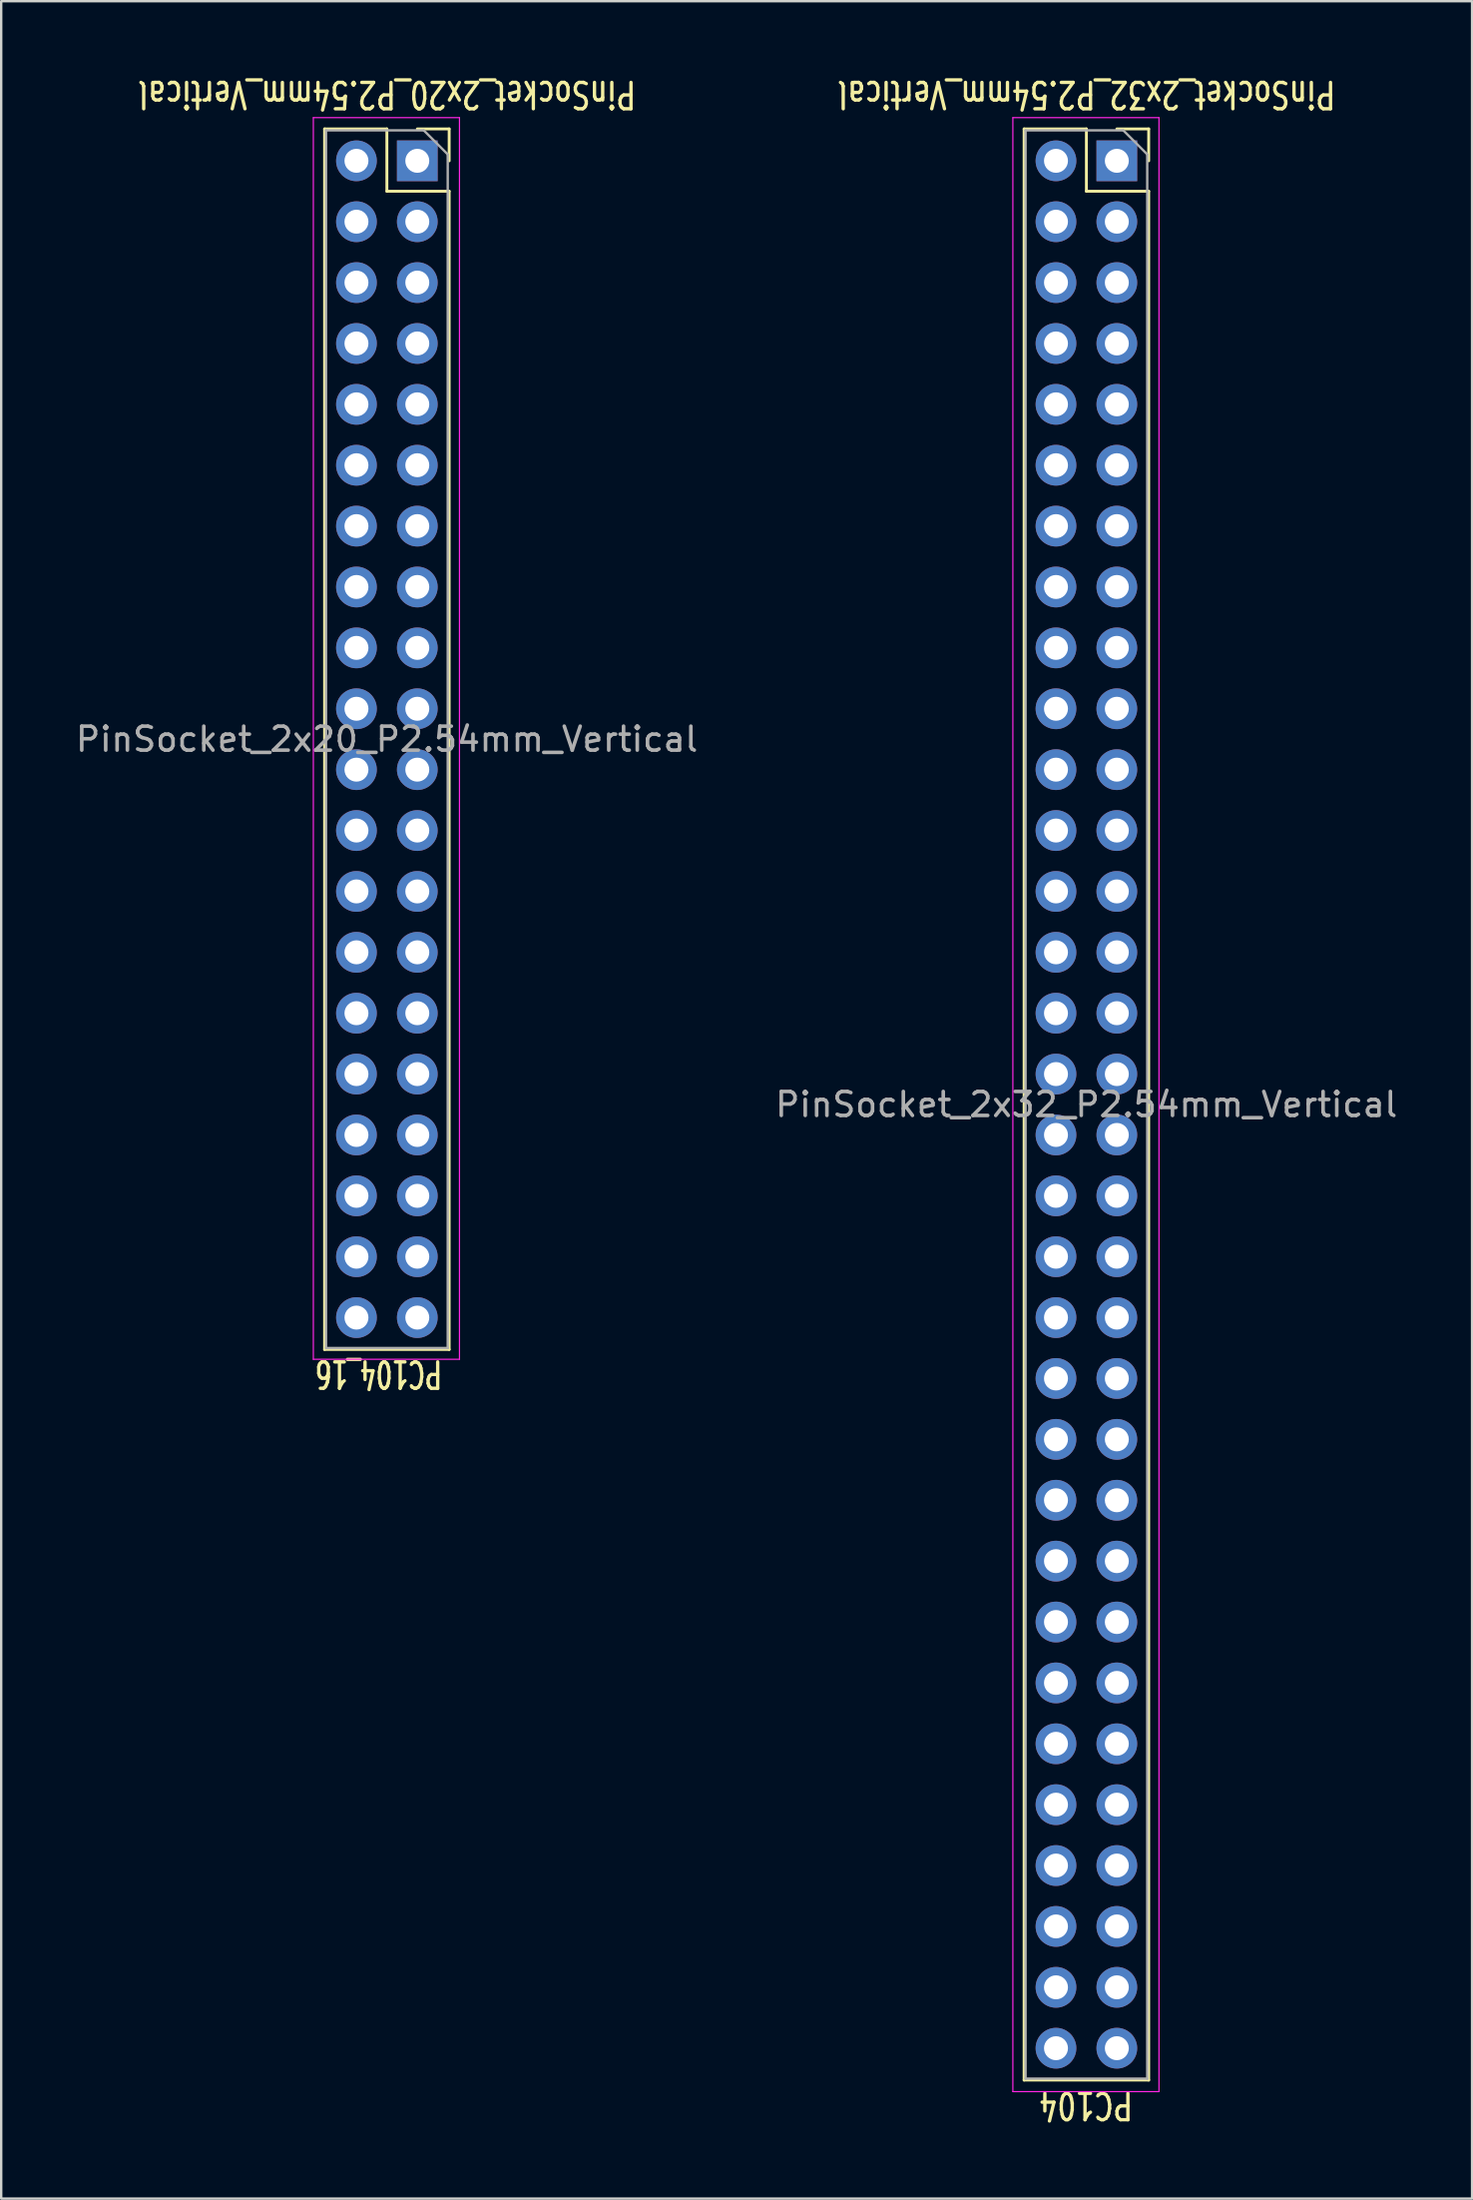
<source format=kicad_pcb>
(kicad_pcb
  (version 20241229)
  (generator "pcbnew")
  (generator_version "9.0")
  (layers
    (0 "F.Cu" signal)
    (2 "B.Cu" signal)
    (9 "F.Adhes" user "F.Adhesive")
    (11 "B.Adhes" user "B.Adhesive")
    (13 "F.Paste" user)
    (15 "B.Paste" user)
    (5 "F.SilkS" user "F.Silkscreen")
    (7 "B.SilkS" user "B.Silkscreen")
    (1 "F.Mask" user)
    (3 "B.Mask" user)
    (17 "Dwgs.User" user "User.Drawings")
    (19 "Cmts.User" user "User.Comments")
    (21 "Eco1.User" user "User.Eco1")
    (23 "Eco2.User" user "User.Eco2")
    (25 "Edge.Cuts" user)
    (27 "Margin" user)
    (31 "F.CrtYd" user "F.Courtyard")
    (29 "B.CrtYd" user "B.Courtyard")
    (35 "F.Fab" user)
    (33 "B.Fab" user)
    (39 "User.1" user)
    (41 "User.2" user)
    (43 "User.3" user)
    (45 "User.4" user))
  (footprint "PinSocket_2x20_P2.54mm_Vertical"
    (layer "F.Cu")
    (at 14.371 3.659)
    (property "Reference" "PinSocket_2x20_P2.54mm_Vertical" (at -1.27 -2.77 180) (unlocked yes) (layer "F.SilkS") (effects (font (size 1.1 0.8) (thickness 0.14))))
    (property "Value" "PC104_16" (at -1.27 50.46 180) (layer "F.Fab") (hide yes) (effects (font (size 1 1) (thickness 0.15))))
    (attr through_hole)
    (fp_line (start -3.87 -1.33) (end -3.87 49.59) (stroke (width 0.12) (type solid)) (layer "F.SilkS"))
    (fp_line (start -3.87 -1.33) (end -1.27 -1.33) (stroke (width 0.12) (type solid)) (layer "F.SilkS"))
    (fp_line (start -3.87 49.59) (end 1.33 49.59) (stroke (width 0.12) (type solid)) (layer "F.SilkS"))
    (fp_line (start -1.27 -1.33) (end -1.27 1.27) (stroke (width 0.12) (type solid)) (layer "F.SilkS"))
    (fp_line (start -1.27 1.27) (end 1.33 1.27) (stroke (width 0.12) (type solid)) (layer "F.SilkS"))
    (fp_line (start 0 -1.33) (end 1.33 -1.33) (stroke (width 0.12) (type solid)) (layer "F.SilkS"))
    (fp_line (start 1.33 -1.33) (end 1.33 0) (stroke (width 0.12) (type solid)) (layer "F.SilkS"))
    (fp_line (start 1.33 1.27) (end 1.33 49.59) (stroke (width 0.12) (type solid)) (layer "F.SilkS"))
    (fp_line (start -4.34 -1.8) (end 1.76 -1.8) (stroke (width 0.05) (type solid)) (layer "F.CrtYd"))
    (fp_line (start -4.34 50) (end -4.34 -1.8) (stroke (width 0.05) (type solid)) (layer "F.CrtYd"))
    (fp_line (start 1.76 -1.8) (end 1.76 50) (stroke (width 0.05) (type solid)) (layer "F.CrtYd"))
    (fp_line (start 1.76 50) (end -4.34 50) (stroke (width 0.05) (type solid)) (layer "F.CrtYd"))
    (fp_line (start -3.81 -1.27) (end 0.27 -1.27) (stroke (width 0.1) (type solid)) (layer "F.Fab"))
    (fp_line (start -3.81 49.53) (end -3.81 -1.27) (stroke (width 0.1) (type solid)) (layer "F.Fab"))
    (fp_line (start 0.27 -1.27) (end 1.27 -0.27) (stroke (width 0.1) (type solid)) (layer "F.Fab"))
    (fp_line (start 1.27 -0.27) (end 1.27 49.53) (stroke (width 0.1) (type solid)) (layer "F.Fab"))
    (fp_line (start 1.27 49.53) (end -3.81 49.53) (stroke (width 0.1) (type solid)) (layer "F.Fab"))
    (fp_text user "${VALUE}" (at -1.615 50.61 180) (unlocked yes) (layer "F.SilkS") (effects (font (size 1.1 0.7) (thickness 0.14))))
    (fp_text user "${REFERENCE}" (at -1.27 24.13 0) (layer "F.Fab") (effects (font (size 1 1) (thickness 0.15))))
    (pad "1" thru_hole rect (at 0 0) (size 1.7 1.7) (drill 1) (layers "*.Cu" "*.Mask"))
    (pad "2" thru_hole oval (at -2.54 0) (size 1.7 1.7) (drill 1) (layers "*.Cu" "*.Mask"))
    (pad "3" thru_hole oval (at 0 2.54) (size 1.7 1.7) (drill 1) (layers "*.Cu" "*.Mask"))
    (pad "4" thru_hole oval (at -2.54 2.54) (size 1.7 1.7) (drill 1) (layers "*.Cu" "*.Mask"))
    (pad "5" thru_hole oval (at 0 5.08) (size 1.7 1.7) (drill 1) (layers "*.Cu" "*.Mask"))
    (pad "6" thru_hole oval (at -2.54 5.08) (size 1.7 1.7) (drill 1) (layers "*.Cu" "*.Mask"))
    (pad "7" thru_hole oval (at 0 7.62) (size 1.7 1.7) (drill 1) (layers "*.Cu" "*.Mask"))
    (pad "8" thru_hole oval (at -2.54 7.62) (size 1.7 1.7) (drill 1) (layers "*.Cu" "*.Mask"))
    (pad "9" thru_hole oval (at 0 10.16) (size 1.7 1.7) (drill 1) (layers "*.Cu" "*.Mask"))
    (pad "10" thru_hole oval (at -2.54 10.16) (size 1.7 1.7) (drill 1) (layers "*.Cu" "*.Mask"))
    (pad "11" thru_hole oval (at 0 12.7) (size 1.7 1.7) (drill 1) (layers "*.Cu" "*.Mask"))
    (pad "12" thru_hole oval (at -2.54 12.7) (size 1.7 1.7) (drill 1) (layers "*.Cu" "*.Mask"))
    (pad "13" thru_hole oval (at 0 15.24) (size 1.7 1.7) (drill 1) (layers "*.Cu" "*.Mask"))
    (pad "14" thru_hole oval (at -2.54 15.24) (size 1.7 1.7) (drill 1) (layers "*.Cu" "*.Mask"))
    (pad "15" thru_hole oval (at 0 17.78) (size 1.7 1.7) (drill 1) (layers "*.Cu" "*.Mask"))
    (pad "16" thru_hole oval (at -2.54 17.78) (size 1.7 1.7) (drill 1) (layers "*.Cu" "*.Mask"))
    (pad "17" thru_hole oval (at 0 20.32) (size 1.7 1.7) (drill 1) (layers "*.Cu" "*.Mask"))
    (pad "18" thru_hole oval (at -2.54 20.32) (size 1.7 1.7) (drill 1) (layers "*.Cu" "*.Mask"))
    (pad "19" thru_hole oval (at 0 22.86) (size 1.7 1.7) (drill 1) (layers "*.Cu" "*.Mask"))
    (pad "20" thru_hole oval (at -2.54 22.86) (size 1.7 1.7) (drill 1) (layers "*.Cu" "*.Mask"))
    (pad "21" thru_hole oval (at 0 25.4) (size 1.7 1.7) (drill 1) (layers "*.Cu" "*.Mask"))
    (pad "22" thru_hole oval (at -2.54 25.4) (size 1.7 1.7) (drill 1) (layers "*.Cu" "*.Mask"))
    (pad "23" thru_hole oval (at 0 27.94) (size 1.7 1.7) (drill 1) (layers "*.Cu" "*.Mask"))
    (pad "24" thru_hole oval (at -2.54 27.94) (size 1.7 1.7) (drill 1) (layers "*.Cu" "*.Mask"))
    (pad "25" thru_hole oval (at 0 30.48) (size 1.7 1.7) (drill 1) (layers "*.Cu" "*.Mask"))
    (pad "26" thru_hole oval (at -2.54 30.48) (size 1.7 1.7) (drill 1) (layers "*.Cu" "*.Mask"))
    (pad "27" thru_hole oval (at 0 33.02) (size 1.7 1.7) (drill 1) (layers "*.Cu" "*.Mask"))
    (pad "28" thru_hole oval (at -2.54 33.02) (size 1.7 1.7) (drill 1) (layers "*.Cu" "*.Mask"))
    (pad "29" thru_hole oval (at 0 35.56) (size 1.7 1.7) (drill 1) (layers "*.Cu" "*.Mask"))
    (pad "30" thru_hole oval (at -2.54 35.56) (size 1.7 1.7) (drill 1) (layers "*.Cu" "*.Mask"))
    (pad "31" thru_hole oval (at 0 38.1) (size 1.7 1.7) (drill 1) (layers "*.Cu" "*.Mask"))
    (pad "32" thru_hole oval (at -2.54 38.1) (size 1.7 1.7) (drill 1) (layers "*.Cu" "*.Mask"))
    (pad "33" thru_hole oval (at 0 40.64) (size 1.7 1.7) (drill 1) (layers "*.Cu" "*.Mask"))
    (pad "34" thru_hole oval (at -2.54 40.64) (size 1.7 1.7) (drill 1) (layers "*.Cu" "*.Mask"))
    (pad "35" thru_hole oval (at 0 43.18) (size 1.7 1.7) (drill 1) (layers "*.Cu" "*.Mask"))
    (pad "36" thru_hole oval (at -2.54 43.18) (size 1.7 1.7) (drill 1) (layers "*.Cu" "*.Mask"))
    (pad "37" thru_hole oval (at 0 45.72) (size 1.7 1.7) (drill 1) (layers "*.Cu" "*.Mask"))
    (pad "38" thru_hole oval (at -2.54 45.72) (size 1.7 1.7) (drill 1) (layers "*.Cu" "*.Mask"))
    (pad "39" thru_hole oval (at 0 48.26) (size 1.7 1.7) (drill 1) (layers "*.Cu" "*.Mask"))
    (pad "40" thru_hole oval (at -2.54 48.26) (size 1.7 1.7) (drill 1) (layers "*.Cu" "*.Mask")))
  (footprint "PinSocket_2x32_P2.54mm_Vertical"
    (layer "F.Cu")
    (at 43.574 3.659)
    (property "Reference" "PinSocket_2x32_P2.54mm_Vertical" (at -1.27 -2.77 180) (unlocked yes) (layer "F.SilkS") (effects (font (size 1.1 0.8) (thickness 0.14))))
    (property "Value" "PC104" (at -1.27 80.975 180) (layer "F.Fab") (hide yes) (effects (font (size 1 1) (thickness 0.15))))
    (attr through_hole)
    (fp_line (start -3.87 -1.33) (end -3.87 80.07) (stroke (width 0.12) (type solid)) (layer "F.SilkS"))
    (fp_line (start -3.87 -1.33) (end -1.27 -1.33) (stroke (width 0.12) (type solid)) (layer "F.SilkS"))
    (fp_line (start -3.87 80.07) (end 1.33 80.07) (stroke (width 0.12) (type solid)) (layer "F.SilkS"))
    (fp_line (start -1.27 -1.33) (end -1.27 1.27) (stroke (width 0.12) (type solid)) (layer "F.SilkS"))
    (fp_line (start -1.27 1.27) (end 1.33 1.27) (stroke (width 0.12) (type solid)) (layer "F.SilkS"))
    (fp_line (start 0 -1.33) (end 1.33 -1.33) (stroke (width 0.12) (type solid)) (layer "F.SilkS"))
    (fp_line (start 1.33 -1.33) (end 1.33 0) (stroke (width 0.12) (type solid)) (layer "F.SilkS"))
    (fp_line (start 1.33 1.27) (end 1.33 80.07) (stroke (width 0.12) (type solid)) (layer "F.SilkS"))
    (fp_line (start -4.34 -1.8) (end 1.76 -1.8) (stroke (width 0.05) (type solid)) (layer "F.CrtYd"))
    (fp_line (start -4.34 80.55) (end -4.34 -1.8) (stroke (width 0.05) (type solid)) (layer "F.CrtYd"))
    (fp_line (start 1.76 -1.8) (end 1.76 80.55) (stroke (width 0.05) (type solid)) (layer "F.CrtYd"))
    (fp_line (start 1.76 80.55) (end -4.34 80.55) (stroke (width 0.05) (type solid)) (layer "F.CrtYd"))
    (fp_line (start -3.81 -1.27) (end 0.27 -1.27) (stroke (width 0.1) (type solid)) (layer "F.Fab"))
    (fp_line (start -3.81 80.01) (end -3.81 -1.27) (stroke (width 0.1) (type solid)) (layer "F.Fab"))
    (fp_line (start 0.27 -1.27) (end 1.27 -0.27) (stroke (width 0.1) (type solid)) (layer "F.Fab"))
    (fp_line (start 1.27 -0.27) (end 1.27 80.01) (stroke (width 0.1) (type solid)) (layer "F.Fab"))
    (fp_line (start 1.27 80.01) (end -3.81 80.01) (stroke (width 0.1) (type solid)) (layer "F.Fab"))
    (fp_text user "${VALUE}" (at -1.29 81.125 180) (unlocked yes) (layer "F.SilkS") (effects (font (size 1.1 0.8) (thickness 0.14))))
    (fp_text user "${REFERENCE}" (at -1.27 39.37 0) (layer "F.Fab") (effects (font (size 1 1) (thickness 0.15))))
    (pad "1" thru_hole rect (at 0 0) (size 1.7 1.7) (drill 1) (layers "*.Cu" "*.Mask"))
    (pad "2" thru_hole oval (at -2.54 0) (size 1.7 1.7) (drill 1) (layers "*.Cu" "*.Mask"))
    (pad "3" thru_hole oval (at 0 2.54) (size 1.7 1.7) (drill 1) (layers "*.Cu" "*.Mask"))
    (pad "4" thru_hole oval (at -2.54 2.54) (size 1.7 1.7) (drill 1) (layers "*.Cu" "*.Mask"))
    (pad "5" thru_hole oval (at 0 5.08) (size 1.7 1.7) (drill 1) (layers "*.Cu" "*.Mask"))
    (pad "6" thru_hole oval (at -2.54 5.08) (size 1.7 1.7) (drill 1) (layers "*.Cu" "*.Mask"))
    (pad "7" thru_hole oval (at 0 7.62) (size 1.7 1.7) (drill 1) (layers "*.Cu" "*.Mask"))
    (pad "8" thru_hole oval (at -2.54 7.62) (size 1.7 1.7) (drill 1) (layers "*.Cu" "*.Mask"))
    (pad "9" thru_hole oval (at 0 10.16) (size 1.7 1.7) (drill 1) (layers "*.Cu" "*.Mask"))
    (pad "10" thru_hole oval (at -2.54 10.16) (size 1.7 1.7) (drill 1) (layers "*.Cu" "*.Mask"))
    (pad "11" thru_hole oval (at 0 12.7) (size 1.7 1.7) (drill 1) (layers "*.Cu" "*.Mask"))
    (pad "12" thru_hole oval (at -2.54 12.7) (size 1.7 1.7) (drill 1) (layers "*.Cu" "*.Mask"))
    (pad "13" thru_hole oval (at 0 15.24) (size 1.7 1.7) (drill 1) (layers "*.Cu" "*.Mask"))
    (pad "14" thru_hole oval (at -2.54 15.24) (size 1.7 1.7) (drill 1) (layers "*.Cu" "*.Mask"))
    (pad "15" thru_hole oval (at 0 17.78) (size 1.7 1.7) (drill 1) (layers "*.Cu" "*.Mask"))
    (pad "16" thru_hole oval (at -2.54 17.78) (size 1.7 1.7) (drill 1) (layers "*.Cu" "*.Mask"))
    (pad "17" thru_hole oval (at 0 20.32) (size 1.7 1.7) (drill 1) (layers "*.Cu" "*.Mask"))
    (pad "18" thru_hole oval (at -2.54 20.32) (size 1.7 1.7) (drill 1) (layers "*.Cu" "*.Mask"))
    (pad "19" thru_hole oval (at 0 22.86) (size 1.7 1.7) (drill 1) (layers "*.Cu" "*.Mask"))
    (pad "20" thru_hole oval (at -2.54 22.86) (size 1.7 1.7) (drill 1) (layers "*.Cu" "*.Mask"))
    (pad "21" thru_hole oval (at 0 25.4) (size 1.7 1.7) (drill 1) (layers "*.Cu" "*.Mask"))
    (pad "22" thru_hole oval (at -2.54 25.4) (size 1.7 1.7) (drill 1) (layers "*.Cu" "*.Mask"))
    (pad "23" thru_hole oval (at 0 27.94) (size 1.7 1.7) (drill 1) (layers "*.Cu" "*.Mask"))
    (pad "24" thru_hole oval (at -2.54 27.94) (size 1.7 1.7) (drill 1) (layers "*.Cu" "*.Mask"))
    (pad "25" thru_hole oval (at 0 30.48) (size 1.7 1.7) (drill 1) (layers "*.Cu" "*.Mask"))
    (pad "26" thru_hole oval (at -2.54 30.48) (size 1.7 1.7) (drill 1) (layers "*.Cu" "*.Mask"))
    (pad "27" thru_hole oval (at 0 33.02) (size 1.7 1.7) (drill 1) (layers "*.Cu" "*.Mask"))
    (pad "28" thru_hole oval (at -2.54 33.02) (size 1.7 1.7) (drill 1) (layers "*.Cu" "*.Mask"))
    (pad "29" thru_hole oval (at 0 35.56) (size 1.7 1.7) (drill 1) (layers "*.Cu" "*.Mask"))
    (pad "30" thru_hole oval (at -2.54 35.56) (size 1.7 1.7) (drill 1) (layers "*.Cu" "*.Mask"))
    (pad "31" thru_hole oval (at 0 38.1) (size 1.7 1.7) (drill 1) (layers "*.Cu" "*.Mask"))
    (pad "32" thru_hole oval (at -2.54 38.1) (size 1.7 1.7) (drill 1) (layers "*.Cu" "*.Mask"))
    (pad "33" thru_hole oval (at 0 40.64) (size 1.7 1.7) (drill 1) (layers "*.Cu" "*.Mask"))
    (pad "34" thru_hole oval (at -2.54 40.64) (size 1.7 1.7) (drill 1) (layers "*.Cu" "*.Mask"))
    (pad "35" thru_hole oval (at 0 43.18) (size 1.7 1.7) (drill 1) (layers "*.Cu" "*.Mask"))
    (pad "36" thru_hole oval (at -2.54 43.18) (size 1.7 1.7) (drill 1) (layers "*.Cu" "*.Mask"))
    (pad "37" thru_hole oval (at 0 45.72) (size 1.7 1.7) (drill 1) (layers "*.Cu" "*.Mask"))
    (pad "38" thru_hole oval (at -2.54 45.72) (size 1.7 1.7) (drill 1) (layers "*.Cu" "*.Mask"))
    (pad "39" thru_hole oval (at 0 48.26) (size 1.7 1.7) (drill 1) (layers "*.Cu" "*.Mask"))
    (pad "40" thru_hole oval (at -2.54 48.26) (size 1.7 1.7) (drill 1) (layers "*.Cu" "*.Mask"))
    (pad "41" thru_hole oval (at 0 50.8) (size 1.7 1.7) (drill 1) (layers "*.Cu" "*.Mask"))
    (pad "42" thru_hole oval (at -2.54 50.8) (size 1.7 1.7) (drill 1) (layers "*.Cu" "*.Mask"))
    (pad "43" thru_hole oval (at 0 53.34) (size 1.7 1.7) (drill 1) (layers "*.Cu" "*.Mask"))
    (pad "44" thru_hole oval (at -2.54 53.34) (size 1.7 1.7) (drill 1) (layers "*.Cu" "*.Mask"))
    (pad "45" thru_hole oval (at 0 55.88) (size 1.7 1.7) (drill 1) (layers "*.Cu" "*.Mask"))
    (pad "46" thru_hole oval (at -2.54 55.88) (size 1.7 1.7) (drill 1) (layers "*.Cu" "*.Mask"))
    (pad "47" thru_hole oval (at 0 58.42) (size 1.7 1.7) (drill 1) (layers "*.Cu" "*.Mask"))
    (pad "48" thru_hole oval (at -2.54 58.42) (size 1.7 1.7) (drill 1) (layers "*.Cu" "*.Mask"))
    (pad "49" thru_hole oval (at 0 60.96) (size 1.7 1.7) (drill 1) (layers "*.Cu" "*.Mask"))
    (pad "50" thru_hole oval (at -2.54 60.96) (size 1.7 1.7) (drill 1) (layers "*.Cu" "*.Mask"))
    (pad "51" thru_hole oval (at 0 63.5) (size 1.7 1.7) (drill 1) (layers "*.Cu" "*.Mask"))
    (pad "52" thru_hole oval (at -2.54 63.5) (size 1.7 1.7) (drill 1) (layers "*.Cu" "*.Mask"))
    (pad "53" thru_hole oval (at 0 66.04) (size 1.7 1.7) (drill 1) (layers "*.Cu" "*.Mask"))
    (pad "54" thru_hole oval (at -2.54 66.04) (size 1.7 1.7) (drill 1) (layers "*.Cu" "*.Mask"))
    (pad "55" thru_hole oval (at 0 68.58) (size 1.7 1.7) (drill 1) (layers "*.Cu" "*.Mask"))
    (pad "56" thru_hole oval (at -2.54 68.58) (size 1.7 1.7) (drill 1) (layers "*.Cu" "*.Mask"))
    (pad "57" thru_hole oval (at 0 71.12) (size 1.7 1.7) (drill 1) (layers "*.Cu" "*.Mask"))
    (pad "58" thru_hole oval (at -2.54 71.12) (size 1.7 1.7) (drill 1) (layers "*.Cu" "*.Mask"))
    (pad "59" thru_hole oval (at 0 73.66) (size 1.7 1.7) (drill 1) (layers "*.Cu" "*.Mask"))
    (pad "60" thru_hole oval (at -2.54 73.66) (size 1.7 1.7) (drill 1) (layers "*.Cu" "*.Mask"))
    (pad "61" thru_hole oval (at 0 76.2) (size 1.7 1.7) (drill 1) (layers "*.Cu" "*.Mask"))
    (pad "62" thru_hole oval (at -2.54 76.2) (size 1.7 1.7) (drill 1) (layers "*.Cu" "*.Mask"))
    (pad "63" thru_hole oval (at 0 78.74) (size 1.7 1.7) (drill 1) (layers "*.Cu" "*.Mask"))
    (pad "64" thru_hole oval (at -2.54 78.74) (size 1.7 1.7) (drill 1) (layers "*.Cu" "*.Mask")))
  (gr_rect
    (start -3 -3)
    (end 58.405 88.673)
    (stroke (width 0.1) (type default))
    (fill no)
    (layer "Edge.Cuts")))
</source>
